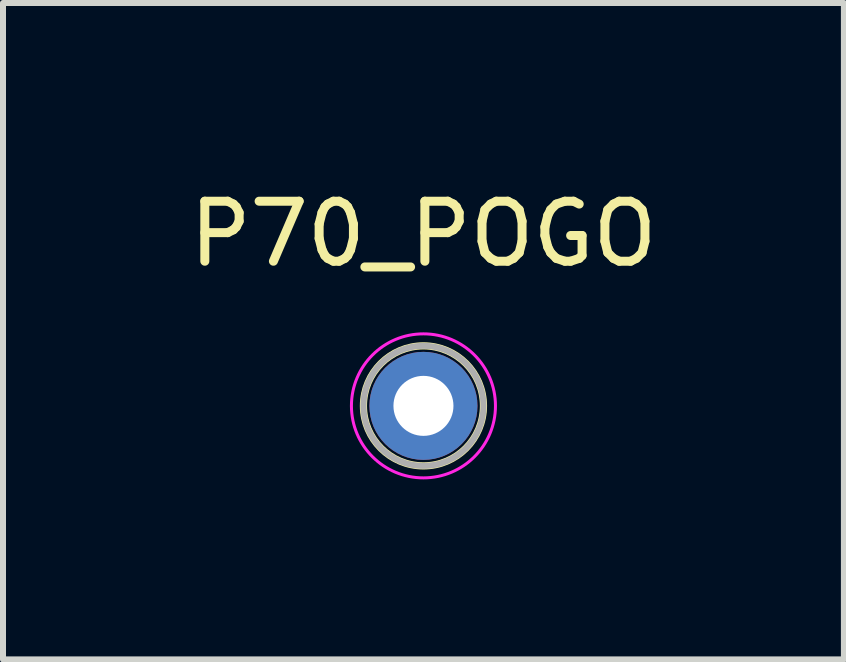
<source format=kicad_pcb>
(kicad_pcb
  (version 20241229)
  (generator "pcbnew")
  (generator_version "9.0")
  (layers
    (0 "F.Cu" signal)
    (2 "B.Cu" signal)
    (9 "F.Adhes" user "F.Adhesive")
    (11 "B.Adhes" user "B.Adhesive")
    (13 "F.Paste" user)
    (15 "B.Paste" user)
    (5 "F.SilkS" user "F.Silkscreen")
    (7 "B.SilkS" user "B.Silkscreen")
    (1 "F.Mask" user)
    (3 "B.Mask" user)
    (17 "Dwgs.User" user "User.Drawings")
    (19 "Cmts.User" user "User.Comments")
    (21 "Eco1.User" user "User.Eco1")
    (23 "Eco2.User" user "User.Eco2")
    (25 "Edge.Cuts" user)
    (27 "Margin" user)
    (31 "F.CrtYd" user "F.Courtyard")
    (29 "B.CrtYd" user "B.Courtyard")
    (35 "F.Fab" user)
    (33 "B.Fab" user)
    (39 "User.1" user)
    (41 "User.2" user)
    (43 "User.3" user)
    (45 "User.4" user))
  (footprint "P70_POGO"
    (layer "F.Cu")
    (at 4.006 3.713)
    (property "Reference" "P70_POGO" (at 0 -2.865 0) (layer "F.SilkS") (effects (font (size 1 1) (thickness 0.15))))
    (attr through_hole)
    (fp_circle (center 0 0) (end 1 0) (stroke (width 0.12) (type solid)) (fill no) (layer "F.SilkS"))
    (fp_circle (center 0 0) (end 1.2 0) (stroke (width 0.05) (type solid)) (fill no) (layer "F.CrtYd"))
    (fp_circle (center 0 0) (end 1 0) (stroke (width 0.1) (type solid)) (fill no) (layer "F.Fab"))
    (pad "1" thru_hole circle (at 0 0) (size 1.8 1.8) (drill 1) (layers "*.Cu" "*.Mask")))
  (gr_rect
    (start -3 -3)
    (end 11.012 7.938)
    (stroke (width 0.1) (type default))
    (fill no)
    (layer "Edge.Cuts")))
</source>
